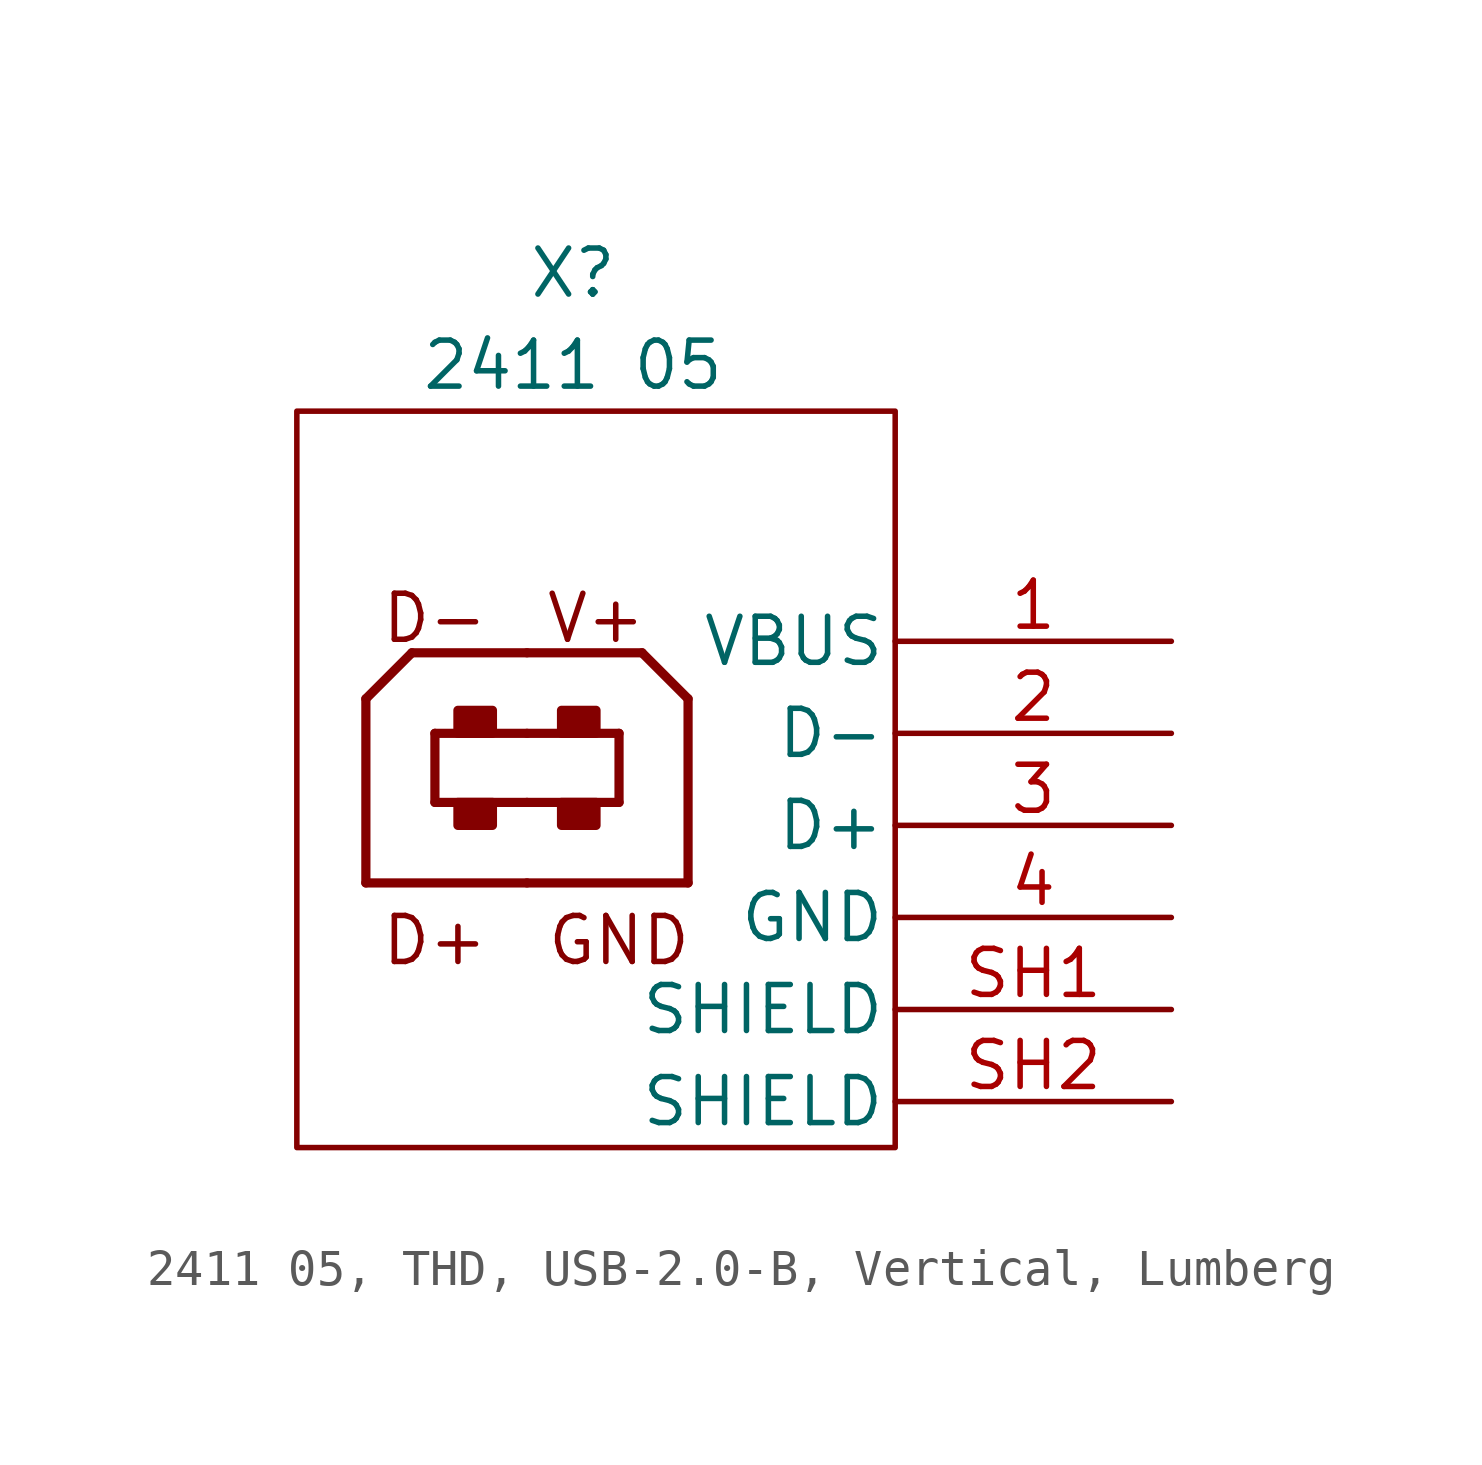
<source format=kicad_sym>
(kicad_symbol_lib
  (version 20241209)
  (generator "kicad_symbol_editor")
  (generator_version "9.0")
  (symbol "2411 05, THD, USB-2.0-B, Vertical, Lumberg"
    (pin_names
      (offset 0.254))
    (property "Reference" "X"
      (at 1.27 13.97 0)
      (effects (font (size 1.27 1.27))))
    (property "Value" "2411 05"
      (at 1.27 11.43 0)
      (effects (font (size 1.27 1.27))))
    (symbol "2411 05, THD, USB-2.0-B, Vertical, Lumberg_0_1"
      (rectangle (start -0.953 1.905) (end -1.905 1.27) (stroke (width 0.254) (type default)) (fill (type outline)))
      (rectangle (start -0.953 -0.635) (end -1.905 -1.27) (stroke (width 0.254) (type default)) (fill (type outline)))
      (rectangle (start 1.905 1.905) (end 0.953 1.27) (stroke (width 0.254) (type default)) (fill (type outline)))
      (rectangle (start 1.905 -0.635) (end 0.953 -1.27) (stroke (width 0.254) (type default)) (fill (type outline))))
    (symbol "2411 05, THD, USB-2.0-B, Vertical, Lumberg_1_1"
      (rectangle (start -6.35 10.16) (end 10.16 -10.16) (stroke (width 0) (type default)) (fill (type none)))
      (polyline (pts (xy -4.445 2.223) (xy -4.445 -2.857)) (stroke (width 0.254) (type default)) (fill (type none)))
      (polyline (pts (xy -4.445 -2.857) (xy 0 -2.857)) (stroke (width 0.254) (type default)) (fill (type none)))
      (polyline (pts (xy -3.175 3.493) (xy -4.445 2.223)) (stroke (width 0.254) (type default)) (fill (type none)))
      (polyline (pts (xy -2.54 -0.635) (xy -2.54 1.27)) (stroke (width 0.254) (type default)) (fill (type none)))
      (polyline (pts (xy 0 3.493) (xy -3.175 3.493)) (stroke (width 0.254) (type default)) (fill (type none)))
      (polyline (pts (xy 0 3.493) (xy 3.175 3.493)) (stroke (width 0.254) (type default)) (fill (type none)))
      (polyline (pts (xy 0 1.27) (xy -2.54 1.27)) (stroke (width 0.254) (type default)) (fill (type none)))
      (polyline (pts (xy 0 1.27) (xy 2.54 1.27)) (stroke (width 0.254) (type default)) (fill (type none)))
      (polyline (pts (xy 0 -0.635) (xy -2.54 -0.635)) (stroke (width 0.254) (type default)) (fill (type none)))
      (polyline (pts (xy 0 -0.635) (xy 2.54 -0.635)) (stroke (width 0.254) (type default)) (fill (type none)))
      (polyline (pts (xy 2.54 -0.635) (xy 2.54 1.27)) (stroke (width 0.254) (type default)) (fill (type none)))
      (polyline (pts (xy 3.175 3.493) (xy 4.445 2.223)) (stroke (width 0.254) (type default)) (fill (type none)))
      (polyline (pts (xy 4.445 2.223) (xy 4.445 -2.857)) (stroke (width 0.254) (type default)) (fill (type none)))
      (polyline (pts (xy 4.445 -2.857) (xy 0 -2.857)) (stroke (width 0.254) (type default)) (fill (type none)))
      (text "D-" (at -2.54 4.445 0) (effects (font (size 1.27 1.27))))
      (text "D+" (at -2.54 -4.445 0) (effects (font (size 1.27 1.27))))
      (text "V+" (at 1.905 4.445 0) (effects (font (size 1.27 1.27))))
      (text "GND" (at 2.54 -4.445 0) (effects (font (size 1.27 1.27))))
      (pin passive line (at 17.78 3.81 180) (length 7.62) (name "VBUS" (effects (font (size 1.27 1.27)))) (number "1" (effects (font (size 1.27 1.27)))))
      (pin bidirectional line (at 17.78 1.27 180) (length 7.62) (name "D-" (effects (font (size 1.27 1.27)))) (number "2" (effects (font (size 1.27 1.27)))))
      (pin bidirectional line (at 17.78 -1.27 180) (length 7.62) (name "D+" (effects (font (size 1.27 1.27)))) (number "3" (effects (font (size 1.27 1.27)))))
      (pin passive line (at 17.78 -3.81 180) (length 7.62) (name "GND" (effects (font (size 1.27 1.27)))) (number "4" (effects (font (size 1.27 1.27)))))
      (pin passive line (at 17.78 -6.35 180) (length 7.62) (name "SHIELD" (effects (font (size 1.27 1.27)))) (number "SH1" (effects (font (size 1.27 1.27)))))
      (pin passive line (at 17.78 -8.89 180) (length 7.62) (name "SHIELD" (effects (font (size 1.27 1.27)))) (number "SH2" (effects (font (size 1.27 1.27))))))))
</source>
